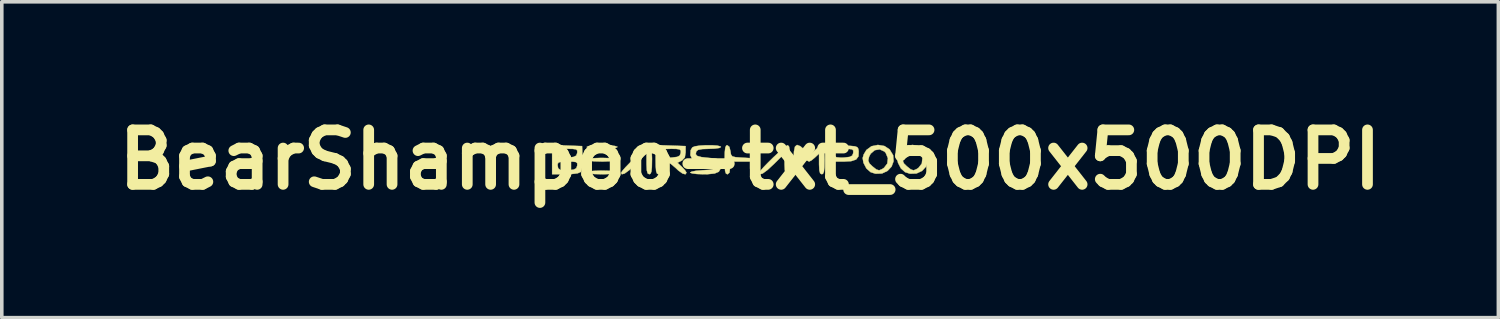
<source format=kicad_pcb>
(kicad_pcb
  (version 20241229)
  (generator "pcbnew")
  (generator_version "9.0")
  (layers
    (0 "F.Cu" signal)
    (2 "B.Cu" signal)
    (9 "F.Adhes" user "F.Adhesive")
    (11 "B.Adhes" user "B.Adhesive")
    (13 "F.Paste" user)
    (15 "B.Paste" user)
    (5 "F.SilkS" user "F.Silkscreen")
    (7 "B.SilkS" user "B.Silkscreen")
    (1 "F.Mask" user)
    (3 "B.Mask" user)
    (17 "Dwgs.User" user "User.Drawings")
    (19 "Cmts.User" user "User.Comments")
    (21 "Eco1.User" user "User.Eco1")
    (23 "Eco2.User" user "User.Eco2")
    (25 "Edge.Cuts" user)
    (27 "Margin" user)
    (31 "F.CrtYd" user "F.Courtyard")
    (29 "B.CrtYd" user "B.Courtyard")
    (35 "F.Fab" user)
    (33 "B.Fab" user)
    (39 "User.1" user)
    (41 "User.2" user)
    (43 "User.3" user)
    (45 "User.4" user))
  (footprint "BearShampoo-txt_500x500DPI"
    (layer "F.Cu")
    (at 17.932 1.418)
    (property "Reference" "BearShampoo-txt_500x500DPI" (at 0 0 0) (layer "F.SilkS") (effects (font (size 1.524 1.524) (thickness 0.3))))
    (attr through_hole)
    (fp_poly (pts (xy -3.93 -0.401) (xy -3.781 -0.385) (xy -3.711 -0.362) (xy -3.708 -0.356) (xy -3.756 -0.331) (xy -3.887 -0.313) (xy -4.085 -0.305) (xy -4.14 -0.305) (xy -4.35 -0.31) (xy -4.499 -0.326) (xy -4.569 -0.349) (xy -4.572 -0.356) (xy -4.524 -0.38) (xy -4.393 -0.398) (xy -4.196 -0.406) (xy -4.14 -0.406) (xy -3.93 -0.401)) (stroke (width 0.01) (type solid)) (fill yes) (layer "F.SilkS"))
    (fp_poly (pts (xy -3.93 -0.045) (xy -3.781 -0.03) (xy -3.711 -0.007) (xy -3.708 0) (xy -3.756 0.025) (xy -3.887 0.042) (xy -4.085 0.05) (xy -4.14 0.051) (xy -4.35 0.045) (xy -4.499 0.03) (xy -4.569 0.007) (xy -4.572 0) (xy -4.524 -0.025) (xy -4.393 -0.042) (xy -4.196 -0.05) (xy -4.14 -0.051) (xy -3.93 -0.045)) (stroke (width 0.01) (type solid)) (fill yes) (layer "F.SilkS"))
    (fp_poly (pts (xy -3.93 0.31) (xy -3.781 0.326) (xy -3.711 0.349) (xy -3.708 0.356) (xy -3.756 0.38) (xy -3.887 0.398) (xy -4.085 0.406) (xy -4.14 0.406) (xy -4.35 0.401) (xy -4.499 0.385) (xy -4.569 0.362) (xy -4.572 0.356) (xy -4.524 0.331) (xy -4.393 0.313) (xy -4.196 0.305) (xy -4.14 0.305) (xy -3.93 0.31)) (stroke (width 0.01) (type solid)) (fill yes) (layer "F.SilkS"))
    (fp_poly (pts (xy -2.771 -0.369) (xy -2.751 -0.25) (xy -2.743 -0.042) (xy -2.743 0) (xy -2.747 0.209) (xy -2.76 0.334) (xy -2.786 0.393) (xy -2.819 0.406) (xy -2.865 0.382) (xy -2.888 0.296) (xy -2.896 0.13) (xy -2.896 0.116) (xy -2.896 -0.175) (xy -3.189 0.116) (xy -3.375 0.288) (xy -3.509 0.386) (xy -3.587 0.407) (xy -3.607 0.367) (xy -3.572 0.311) (xy -3.48 0.206) (xy -3.349 0.072) (xy -3.2 -0.074) (xy -3.052 -0.212) (xy -2.923 -0.325) (xy -2.833 -0.394) (xy -2.806 -0.406) (xy -2.771 -0.369)) (stroke (width 0.01) (type solid)) (fill yes) (layer "F.SilkS"))
    (fp_poly (pts (xy 1.09 -0.369) (xy 1.11 -0.25) (xy 1.117 -0.042) (xy 1.118 0) (xy 1.114 0.209) (xy 1.101 0.334) (xy 1.075 0.393) (xy 1.041 0.406) (xy 0.996 0.382) (xy 0.973 0.296) (xy 0.965 0.13) (xy 0.965 0.116) (xy 0.965 -0.175) (xy 0.672 0.116) (xy 0.486 0.288) (xy 0.352 0.386) (xy 0.274 0.407) (xy 0.254 0.367) (xy 0.289 0.311) (xy 0.381 0.206) (xy 0.511 0.072) (xy 0.66 -0.074) (xy 0.809 -0.212) (xy 0.938 -0.325) (xy 1.028 -0.394) (xy 1.055 -0.406) (xy 1.09 -0.369)) (stroke (width 0.01) (type solid)) (fill yes) (layer "F.SilkS"))
    (fp_poly (pts (xy 3.76 -0.383) (xy 3.903 -0.289) (xy 4.002 -0.126) (xy 4.015 0.04) (xy 3.959 0.192) (xy 3.845 0.313) (xy 3.691 0.385) (xy 3.508 0.391) (xy 3.371 0.347) (xy 3.254 0.243) (xy 3.172 0.085) (xy 3.162 0.024) (xy 3.306 0.024) (xy 3.339 0.104) (xy 3.42 0.183) (xy 3.532 0.272) (xy 3.609 0.297) (xy 3.691 0.264) (xy 3.748 0.226) (xy 3.839 0.107) (xy 3.856 -0.043) (xy 3.796 -0.188) (xy 3.758 -0.23) (xy 3.627 -0.29) (xy 3.489 -0.267) (xy 3.374 -0.169) (xy 3.329 -0.083) (xy 3.306 0.024) (xy 3.162 0.024) (xy 3.15 -0.046) (xy 3.18 -0.149) (xy 3.253 -0.27) (xy 3.255 -0.273) (xy 3.396 -0.377) (xy 3.576 -0.414) (xy 3.76 -0.383)) (stroke (width 0.01) (type solid)) (fill yes) (layer "F.SilkS"))
    (fp_poly (pts (xy 4.725 -0.383) (xy 4.868 -0.289) (xy 4.967 -0.126) (xy 4.981 0.04) (xy 4.924 0.192) (xy 4.811 0.313) (xy 4.656 0.385) (xy 4.473 0.391) (xy 4.336 0.347) (xy 4.22 0.243) (xy 4.138 0.085) (xy 4.127 0.024) (xy 4.271 0.024) (xy 4.304 0.104) (xy 4.385 0.183) (xy 4.497 0.272) (xy 4.575 0.297) (xy 4.656 0.264) (xy 4.713 0.226) (xy 4.805 0.107) (xy 4.821 -0.043) (xy 4.761 -0.188) (xy 4.723 -0.23) (xy 4.592 -0.29) (xy 4.454 -0.267) (xy 4.339 -0.169) (xy 4.295 -0.083) (xy 4.271 0.024) (xy 4.127 0.024) (xy 4.115 -0.046) (xy 4.145 -0.149) (xy 4.218 -0.27) (xy 4.22 -0.273) (xy 4.361 -0.377) (xy 4.542 -0.414) (xy 4.725 -0.383)) (stroke (width 0.01) (type solid)) (fill yes) (layer "F.SilkS"))
    (fp_poly (pts (xy 0.115 -0.387) (xy 0.139 -0.318) (xy 0.15 -0.18) (xy 0.152 0) (xy 0.149 0.209) (xy 0.136 0.334) (xy 0.11 0.393) (xy 0.076 0.406) (xy 0.02 0.368) (xy 0.000137 0.245) (xy 0 0.229) (xy 0 0.051) (xy -0.559 0.051) (xy -0.559 0.229) (xy -0.575 0.36) (xy -0.628 0.406) (xy -0.635 0.406) (xy -0.674 0.387) (xy -0.698 0.318) (xy -0.709 0.18) (xy -0.711 0) (xy -0.707 -0.211) (xy -0.693 -0.337) (xy -0.667 -0.396) (xy -0.638 -0.406) (xy -0.579 -0.36) (xy -0.549 -0.241) (xy -0.534 -0.145) (xy -0.496 -0.094) (xy -0.406 -0.071) (xy -0.267 -0.061) (xy 0 -0.045) (xy 0 -0.226) (xy 0.016 -0.358) (xy 0.067 -0.406) (xy 0.076 -0.406) (xy 0.115 -0.387)) (stroke (width 0.01) (type solid)) (fill yes) (layer "F.SilkS"))
    (fp_poly (pts (xy 1.406 -0.378) (xy 1.534 -0.27) (xy 1.676 -0.133) (xy 1.819 -0.27) (xy 1.935 -0.37) (xy 2.011 -0.4) (xy 2.056 -0.353) (xy 2.078 -0.22) (xy 2.083 0) (xy 2.079 0.209) (xy 2.066 0.334) (xy 2.04 0.393) (xy 2.007 0.406) (xy 1.961 0.382) (xy 1.938 0.296) (xy 1.93 0.129) (xy 1.93 0.118) (xy 1.93 -0.17) (xy 1.813 -0.06) (xy 1.718 0.018) (xy 1.652 0.051) (xy 1.651 0.051) (xy 1.586 0.019) (xy 1.492 -0.057) (xy 1.489 -0.06) (xy 1.372 -0.17) (xy 1.372 0.118) (xy 1.365 0.29) (xy 1.342 0.379) (xy 1.298 0.406) (xy 1.295 0.406) (xy 1.256 0.387) (xy 1.233 0.318) (xy 1.222 0.18) (xy 1.219 0) (xy 1.228 -0.231) (xy 1.257 -0.367) (xy 1.314 -0.414) (xy 1.406 -0.378)) (stroke (width 0.01) (type solid)) (fill yes) (layer "F.SilkS"))
    (fp_poly (pts (xy 2.603 -0.396) (xy 2.809 -0.387) (xy 2.934 -0.375) (xy 3 -0.35) (xy 3.028 -0.306) (xy 3.039 -0.238) (xy 3.033 -0.095) (xy 2.967 -0.006) (xy 2.828 0.04) (xy 2.635 0.051) (xy 2.337 0.051) (xy 2.337 0.229) (xy 2.32 0.36) (xy 2.268 0.406) (xy 2.261 0.406) (xy 2.222 0.387) (xy 2.198 0.318) (xy 2.187 0.181) (xy 2.184 -0.002) (xy 2.184 -0.212) (xy 2.337 -0.212) (xy 2.353 -0.117) (xy 2.416 -0.069) (xy 2.548 -0.057) (xy 2.64 -0.061) (xy 2.786 -0.079) (xy 2.858 -0.115) (xy 2.886 -0.186) (xy 2.886 -0.191) (xy 2.888 -0.256) (xy 2.853 -0.29) (xy 2.758 -0.303) (xy 2.62 -0.305) (xy 2.456 -0.3) (xy 2.37 -0.28) (xy 2.339 -0.238) (xy 2.337 -0.212) (xy 2.184 -0.212) (xy 2.184 -0.411) (xy 2.603 -0.396)) (stroke (width 0.01) (type solid)) (fill yes) (layer "F.SilkS"))
    (fp_poly (pts (xy -2.223 -0.396) (xy -1.803 -0.381) (xy -1.803 -0.205) (xy -1.825 -0.063) (xy -1.9 0.019) (xy -1.917 0.028) (xy -2.031 0.085) (xy -1.904 0.204) (xy -1.819 0.295) (xy -1.778 0.361) (xy -1.778 0.364) (xy -1.809 0.408) (xy -1.892 0.384) (xy -2.009 0.299) (xy -2.083 0.229) (xy -2.215 0.117) (xy -2.337 0.056) (xy -2.372 0.051) (xy -2.452 0.066) (xy -2.484 0.131) (xy -2.489 0.229) (xy -2.506 0.36) (xy -2.558 0.406) (xy -2.565 0.406) (xy -2.604 0.387) (xy -2.628 0.318) (xy -2.639 0.181) (xy -2.642 -0.002) (xy -2.642 -0.212) (xy -2.489 -0.212) (xy -2.473 -0.117) (xy -2.41 -0.069) (xy -2.278 -0.057) (xy -2.186 -0.061) (xy -2.04 -0.079) (xy -1.968 -0.115) (xy -1.94 -0.186) (xy -1.94 -0.191) (xy -1.938 -0.256) (xy -1.973 -0.29) (xy -2.068 -0.303) (xy -2.206 -0.305) (xy -2.37 -0.3) (xy -2.456 -0.28) (xy -2.487 -0.238) (xy -2.489 -0.212) (xy -2.642 -0.212) (xy -2.642 -0.411) (xy -2.223 -0.396)) (stroke (width 0.01) (type solid)) (fill yes) (layer "F.SilkS"))
    (fp_poly (pts (xy -5.118 -0.396) (xy -4.699 -0.381) (xy -4.688 -0.054) (xy -4.69 0.126) (xy -4.708 0.27) (xy -4.732 0.34) (xy -4.825 0.381) (xy -5.014 0.403) (xy -5.162 0.406) (xy -5.537 0.406) (xy -5.537 0.144) (xy -5.385 0.144) (xy -5.368 0.239) (xy -5.305 0.287) (xy -5.174 0.299) (xy -5.082 0.294) (xy -4.936 0.277) (xy -4.863 0.24) (xy -4.836 0.169) (xy -4.835 0.165) (xy -4.834 0.1) (xy -4.869 0.066) (xy -4.964 0.053) (xy -5.102 0.051) (xy -5.266 0.056) (xy -5.352 0.075) (xy -5.383 0.117) (xy -5.385 0.144) (xy -5.537 0.144) (xy -5.537 -0.212) (xy -5.385 -0.212) (xy -5.368 -0.117) (xy -5.305 -0.069) (xy -5.174 -0.057) (xy -5.082 -0.061) (xy -4.936 -0.079) (xy -4.863 -0.115) (xy -4.836 -0.186) (xy -4.835 -0.191) (xy -4.834 -0.256) (xy -4.869 -0.29) (xy -4.964 -0.303) (xy -5.102 -0.305) (xy -5.266 -0.3) (xy -5.352 -0.28) (xy -5.383 -0.238) (xy -5.385 -0.212) (xy -5.537 -0.212) (xy -5.537 -0.411) (xy -5.118 -0.396)) (stroke (width 0.01) (type solid)) (fill yes) (layer "F.SilkS"))
    (fp_poly (pts (xy -0.919 -0.395) (xy -0.829 -0.373) (xy -0.813 -0.356) (xy -0.859 -0.329) (xy -0.983 -0.311) (xy -1.145 -0.305) (xy -1.339 -0.298) (xy -1.452 -0.276) (xy -1.503 -0.234) (xy -1.506 -0.226) (xy -1.519 -0.154) (xy -1.478 -0.106) (xy -1.368 -0.075) (xy -1.173 -0.053) (xy -1.152 -0.051) (xy -0.979 -0.034) (xy -0.884 -0.01) (xy -0.84 0.033) (xy -0.823 0.108) (xy -0.822 0.117) (xy -0.824 0.25) (xy -0.875 0.337) (xy -0.991 0.385) (xy -1.187 0.405) (xy -1.302 0.406) (xy -1.482 0.4) (xy -1.615 0.384) (xy -1.675 0.362) (xy -1.676 0.358) (xy -1.63 0.332) (xy -1.508 0.309) (xy -1.337 0.295) (xy -1.333 0.294) (xy -1.15 0.283) (xy -1.045 0.264) (xy -0.994 0.229) (xy -0.975 0.169) (xy -0.974 0.165) (xy -0.973 0.101) (xy -1.006 0.067) (xy -1.097 0.053) (xy -1.256 0.051) (xy -1.428 0.041) (xy -1.562 0.015) (xy -1.615 -0.01) (xy -1.67 -0.126) (xy -1.662 -0.264) (xy -1.615 -0.345) (xy -1.541 -0.375) (xy -1.405 -0.395) (xy -1.237 -0.405) (xy -1.065 -0.405) (xy -0.919 -0.395)) (stroke (width 0.01) (type solid)) (fill yes) (layer "F.SilkS")))
  (gr_rect
    (start -3 -3)
    (end 38.865 5.836)
    (stroke (width 0.1) (type default))
    (fill no)
    (layer "Edge.Cuts")))
</source>
